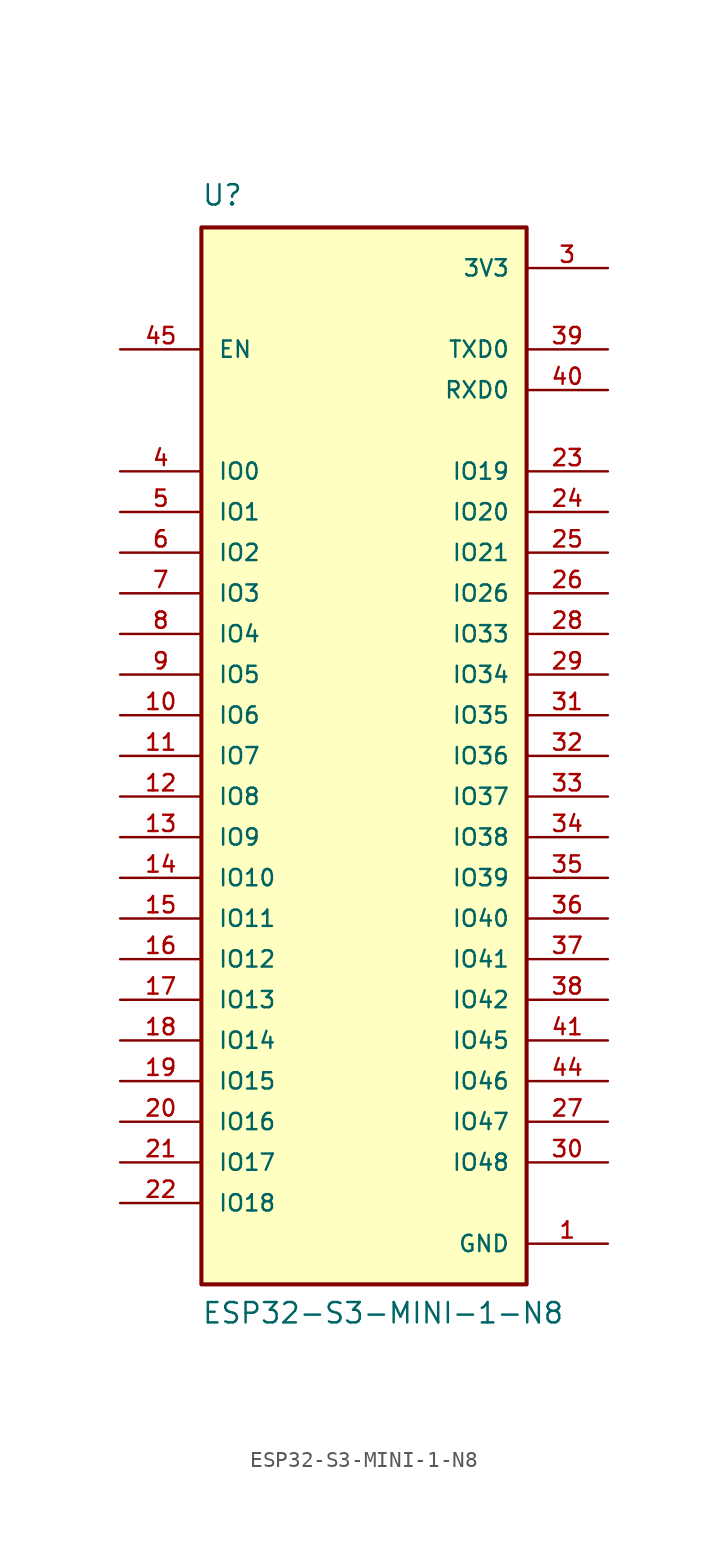
<source format=kicad_sym>
(kicad_symbol_lib
  (version 20241209)
  (generator "kicad_symbol_editor")
  (generator_version "9.0")
  (symbol "ESP32-S3-MINI-1-N8"
    (pin_names
      (offset 1.016))
    (property "Reference" "U"
      (at -10.16 34.29 0)
      (effects (font (size 1.27 1.27)) (justify left bottom)))
    (property "Value" "ESP32-S3-MINI-1-N8"
      (at -10.16 -35.56 0)
      (effects (font (size 1.27 1.27)) (justify left bottom)))
    (symbol "ESP32-S3-MINI-1-N8_0_0"
      (rectangle (start -10.16 -33.02) (end 10.16 33.02) (stroke (width 0.254) (type default)) (fill (type background)))
      (pin input line (at -15.24 25.4 0) (length 5.08) (name "EN" (effects (font (size 1.016 1.016)))) (number "45" (effects (font (size 1.016 1.016)))))
      (pin bidirectional line (at -15.24 17.78 0) (length 5.08) (name "IO0" (effects (font (size 1.016 1.016)))) (number "4" (effects (font (size 1.016 1.016)))))
      (pin bidirectional line (at -15.24 15.24 0) (length 5.08) (name "IO1" (effects (font (size 1.016 1.016)))) (number "5" (effects (font (size 1.016 1.016)))))
      (pin bidirectional line (at -15.24 12.7 0) (length 5.08) (name "IO2" (effects (font (size 1.016 1.016)))) (number "6" (effects (font (size 1.016 1.016)))))
      (pin bidirectional line (at -15.24 10.16 0) (length 5.08) (name "IO3" (effects (font (size 1.016 1.016)))) (number "7" (effects (font (size 1.016 1.016)))))
      (pin bidirectional line (at -15.24 7.62 0) (length 5.08) (name "IO4" (effects (font (size 1.016 1.016)))) (number "8" (effects (font (size 1.016 1.016)))))
      (pin bidirectional line (at -15.24 5.08 0) (length 5.08) (name "IO5" (effects (font (size 1.016 1.016)))) (number "9" (effects (font (size 1.016 1.016)))))
      (pin bidirectional line (at -15.24 2.54 0) (length 5.08) (name "IO6" (effects (font (size 1.016 1.016)))) (number "10" (effects (font (size 1.016 1.016)))))
      (pin bidirectional line (at -15.24 0 0) (length 5.08) (name "IO7" (effects (font (size 1.016 1.016)))) (number "11" (effects (font (size 1.016 1.016)))))
      (pin bidirectional line (at -15.24 -2.54 0) (length 5.08) (name "IO8" (effects (font (size 1.016 1.016)))) (number "12" (effects (font (size 1.016 1.016)))))
      (pin bidirectional line (at -15.24 -5.08 0) (length 5.08) (name "IO9" (effects (font (size 1.016 1.016)))) (number "13" (effects (font (size 1.016 1.016)))))
      (pin bidirectional line (at -15.24 -7.62 0) (length 5.08) (name "IO10" (effects (font (size 1.016 1.016)))) (number "14" (effects (font (size 1.016 1.016)))))
      (pin bidirectional line (at -15.24 -10.16 0) (length 5.08) (name "IO11" (effects (font (size 1.016 1.016)))) (number "15" (effects (font (size 1.016 1.016)))))
      (pin bidirectional line (at -15.24 -12.7 0) (length 5.08) (name "IO12" (effects (font (size 1.016 1.016)))) (number "16" (effects (font (size 1.016 1.016)))))
      (pin bidirectional line (at -15.24 -15.24 0) (length 5.08) (name "IO13" (effects (font (size 1.016 1.016)))) (number "17" (effects (font (size 1.016 1.016)))))
      (pin bidirectional line (at -15.24 -17.78 0) (length 5.08) (name "IO14" (effects (font (size 1.016 1.016)))) (number "18" (effects (font (size 1.016 1.016)))))
      (pin bidirectional line (at -15.24 -20.32 0) (length 5.08) (name "IO15" (effects (font (size 1.016 1.016)))) (number "19" (effects (font (size 1.016 1.016)))))
      (pin bidirectional line (at -15.24 -22.86 0) (length 5.08) (name "IO16" (effects (font (size 1.016 1.016)))) (number "20" (effects (font (size 1.016 1.016)))))
      (pin bidirectional line (at -15.24 -25.4 0) (length 5.08) (name "IO17" (effects (font (size 1.016 1.016)))) (number "21" (effects (font (size 1.016 1.016)))))
      (pin bidirectional line (at -15.24 -27.94 0) (length 5.08) (name "IO18" (effects (font (size 1.016 1.016)))) (number "22" (effects (font (size 1.016 1.016)))))
      (pin power_in line (at 15.24 30.48 180) (length 5.08) (name "3V3" (effects (font (size 1.016 1.016)))) (number "3" (effects (font (size 1.016 1.016)))))
      (pin bidirectional line (at 15.24 25.4 180) (length 5.08) (name "TXD0" (effects (font (size 1.016 1.016)))) (number "39" (effects (font (size 1.016 1.016)))))
      (pin bidirectional line (at 15.24 22.86 180) (length 5.08) (name "RXD0" (effects (font (size 1.016 1.016)))) (number "40" (effects (font (size 1.016 1.016)))))
      (pin bidirectional line (at 15.24 17.78 180) (length 5.08) (name "IO19" (effects (font (size 1.016 1.016)))) (number "23" (effects (font (size 1.016 1.016)))))
      (pin bidirectional line (at 15.24 15.24 180) (length 5.08) (name "IO20" (effects (font (size 1.016 1.016)))) (number "24" (effects (font (size 1.016 1.016)))))
      (pin bidirectional line (at 15.24 12.7 180) (length 5.08) (name "IO21" (effects (font (size 1.016 1.016)))) (number "25" (effects (font (size 1.016 1.016)))))
      (pin bidirectional line (at 15.24 10.16 180) (length 5.08) (name "IO26" (effects (font (size 1.016 1.016)))) (number "26" (effects (font (size 1.016 1.016)))))
      (pin bidirectional line (at 15.24 7.62 180) (length 5.08) (name "IO33" (effects (font (size 1.016 1.016)))) (number "28" (effects (font (size 1.016 1.016)))))
      (pin bidirectional line (at 15.24 5.08 180) (length 5.08) (name "IO34" (effects (font (size 1.016 1.016)))) (number "29" (effects (font (size 1.016 1.016)))))
      (pin bidirectional line (at 15.24 2.54 180) (length 5.08) (name "IO35" (effects (font (size 1.016 1.016)))) (number "31" (effects (font (size 1.016 1.016)))))
      (pin bidirectional line (at 15.24 0 180) (length 5.08) (name "IO36" (effects (font (size 1.016 1.016)))) (number "32" (effects (font (size 1.016 1.016)))))
      (pin bidirectional line (at 15.24 -2.54 180) (length 5.08) (name "IO37" (effects (font (size 1.016 1.016)))) (number "33" (effects (font (size 1.016 1.016)))))
      (pin bidirectional line (at 15.24 -5.08 180) (length 5.08) (name "IO38" (effects (font (size 1.016 1.016)))) (number "34" (effects (font (size 1.016 1.016)))))
      (pin bidirectional line (at 15.24 -7.62 180) (length 5.08) (name "IO39" (effects (font (size 1.016 1.016)))) (number "35" (effects (font (size 1.016 1.016)))))
      (pin bidirectional line (at 15.24 -10.16 180) (length 5.08) (name "IO40" (effects (font (size 1.016 1.016)))) (number "36" (effects (font (size 1.016 1.016)))))
      (pin bidirectional line (at 15.24 -12.7 180) (length 5.08) (name "IO41" (effects (font (size 1.016 1.016)))) (number "37" (effects (font (size 1.016 1.016)))))
      (pin bidirectional line (at 15.24 -15.24 180) (length 5.08) (name "IO42" (effects (font (size 1.016 1.016)))) (number "38" (effects (font (size 1.016 1.016)))))
      (pin bidirectional line (at 15.24 -17.78 180) (length 5.08) (name "IO45" (effects (font (size 1.016 1.016)))) (number "41" (effects (font (size 1.016 1.016)))))
      (pin bidirectional line (at 15.24 -20.32 180) (length 5.08) (name "IO46" (effects (font (size 1.016 1.016)))) (number "44" (effects (font (size 1.016 1.016)))))
      (pin bidirectional line (at 15.24 -22.86 180) (length 5.08) (name "IO47" (effects (font (size 1.016 1.016)))) (number "27" (effects (font (size 1.016 1.016)))))
      (pin bidirectional line (at 15.24 -25.4 180) (length 5.08) (name "IO48" (effects (font (size 1.016 1.016)))) (number "30" (effects (font (size 1.016 1.016)))))
      (pin power_in line (at 15.24 -30.48 180) (length 5.08) (name "GND" (effects (font (size 1.016 1.016)))) (number "1" (effects (font (size 1.016 1.016)))))
      (pin passive line (at 15.24 -30.48 180) (length 5.08) (hide yes) (name "GND" (effects (font (size 1.016 1.016)))) (number "43" (effects (font (size 1.016 1.016)))))
      (pin passive line (at 15.24 -30.48 180) (length 5.08) (hide yes) (name "GND" (effects (font (size 1.016 1.016)))) (number "46" (effects (font (size 1.016 1.016)))))
      (pin passive line (at 15.24 -30.48 180) (length 5.08) (hide yes) (name "GND" (effects (font (size 1.016 1.016)))) (number "47" (effects (font (size 1.016 1.016)))))
      (pin passive line (at 15.24 -30.48 180) (length 5.08) (hide yes) (name "GND" (effects (font (size 1.016 1.016)))) (number "48" (effects (font (size 1.016 1.016)))))
      (pin passive line (at 15.24 -30.48 180) (length 5.08) (hide yes) (name "GND" (effects (font (size 1.016 1.016)))) (number "49" (effects (font (size 1.016 1.016)))))
      (pin passive line (at 15.24 -30.48 180) (length 5.08) (hide yes) (name "GND" (effects (font (size 1.016 1.016)))) (number "50" (effects (font (size 1.016 1.016)))))
      (pin passive line (at 15.24 -30.48 180) (length 5.08) (hide yes) (name "GND" (effects (font (size 1.016 1.016)))) (number "51" (effects (font (size 1.016 1.016)))))
      (pin passive line (at 15.24 -30.48 180) (length 5.08) (hide yes) (name "GND" (effects (font (size 1.016 1.016)))) (number "52" (effects (font (size 1.016 1.016)))))
      (pin passive line (at 15.24 -30.48 180) (length 5.08) (hide yes) (name "GND" (effects (font (size 1.016 1.016)))) (number "53" (effects (font (size 1.016 1.016)))))
      (pin passive line (at 15.24 -30.48 180) (length 5.08) (hide yes) (name "GND" (effects (font (size 1.016 1.016)))) (number "54" (effects (font (size 1.016 1.016)))))
      (pin passive line (at 15.24 -30.48 180) (length 5.08) (hide yes) (name "GND" (effects (font (size 1.016 1.016)))) (number "55" (effects (font (size 1.016 1.016)))))
      (pin passive line (at 15.24 -30.48 180) (length 5.08) (hide yes) (name "GND" (effects (font (size 1.016 1.016)))) (number "56" (effects (font (size 1.016 1.016)))))
      (pin passive line (at 15.24 -30.48 180) (length 5.08) (hide yes) (name "GND" (effects (font (size 1.016 1.016)))) (number "57" (effects (font (size 1.016 1.016)))))
      (pin passive line (at 15.24 -30.48 180) (length 5.08) (hide yes) (name "GND" (effects (font (size 1.016 1.016)))) (number "58" (effects (font (size 1.016 1.016)))))
      (pin passive line (at 15.24 -30.48 180) (length 5.08) (hide yes) (name "GND" (effects (font (size 1.016 1.016)))) (number "59" (effects (font (size 1.016 1.016)))))
      (pin passive line (at 15.24 -30.48 180) (length 5.08) (hide yes) (name "GND" (effects (font (size 1.016 1.016)))) (number "60" (effects (font (size 1.016 1.016)))))
      (pin passive line (at 15.24 -30.48 180) (length 5.08) (hide yes) (name "GND" (effects (font (size 1.016 1.016)))) (number "61" (effects (font (size 1.016 1.016)))))
      (pin passive line (at 15.24 -30.48 180) (length 5.08) (hide yes) (name "GND" (effects (font (size 1.016 1.016)))) (number "61_1" (effects (font (size 1.016 1.016)))))
      (pin passive line (at 15.24 -30.48 180) (length 5.08) (hide yes) (name "GND" (effects (font (size 1.016 1.016)))) (number "61_2" (effects (font (size 1.016 1.016)))))
      (pin passive line (at 15.24 -30.48 180) (length 5.08) (hide yes) (name "GND" (effects (font (size 1.016 1.016)))) (number "61_3" (effects (font (size 1.016 1.016)))))
      (pin passive line (at 15.24 -30.48 180) (length 5.08) (hide yes) (name "GND" (effects (font (size 1.016 1.016)))) (number "61_4" (effects (font (size 1.016 1.016)))))
      (pin passive line (at 15.24 -30.48 180) (length 5.08) (hide yes) (name "GND" (effects (font (size 1.016 1.016)))) (number "61_5" (effects (font (size 1.016 1.016)))))
      (pin passive line (at 15.24 -30.48 180) (length 5.08) (hide yes) (name "GND" (effects (font (size 1.016 1.016)))) (number "61_6" (effects (font (size 1.016 1.016)))))
      (pin passive line (at 15.24 -30.48 180) (length 5.08) (hide yes) (name "GND" (effects (font (size 1.016 1.016)))) (number "61_7" (effects (font (size 1.016 1.016)))))
      (pin passive line (at 15.24 -30.48 180) (length 5.08) (hide yes) (name "GND" (effects (font (size 1.016 1.016)))) (number "61_8" (effects (font (size 1.016 1.016)))))
      (pin passive line (at 15.24 -30.48 180) (length 5.08) (hide yes) (name "GND" (effects (font (size 1.016 1.016)))) (number "62" (effects (font (size 1.016 1.016)))))
      (pin passive line (at 15.24 -30.48 180) (length 5.08) (hide yes) (name "GND" (effects (font (size 1.016 1.016)))) (number "63" (effects (font (size 1.016 1.016)))))
      (pin passive line (at 15.24 -30.48 180) (length 5.08) (hide yes) (name "GND" (effects (font (size 1.016 1.016)))) (number "64" (effects (font (size 1.016 1.016)))))
      (pin passive line (at 15.24 -30.48 180) (length 5.08) (hide yes) (name "GND" (effects (font (size 1.016 1.016)))) (number "65" (effects (font (size 1.016 1.016))))))
    (symbol "ESP32-S3-MINI-1-N8_1_0"
      (pin passive line (at 15.24 -30.48 180) (length 5.08) (hide yes) (name "GND" (effects (font (size 1.016 1.016)))) (number "2" (effects (font (size 1.016 1.016)))))
      (pin passive line (at 15.24 -30.48 180) (length 5.08) (hide yes) (name "GND" (effects (font (size 1.016 1.016)))) (number "42" (effects (font (size 1.016 1.016))))))))
</source>
